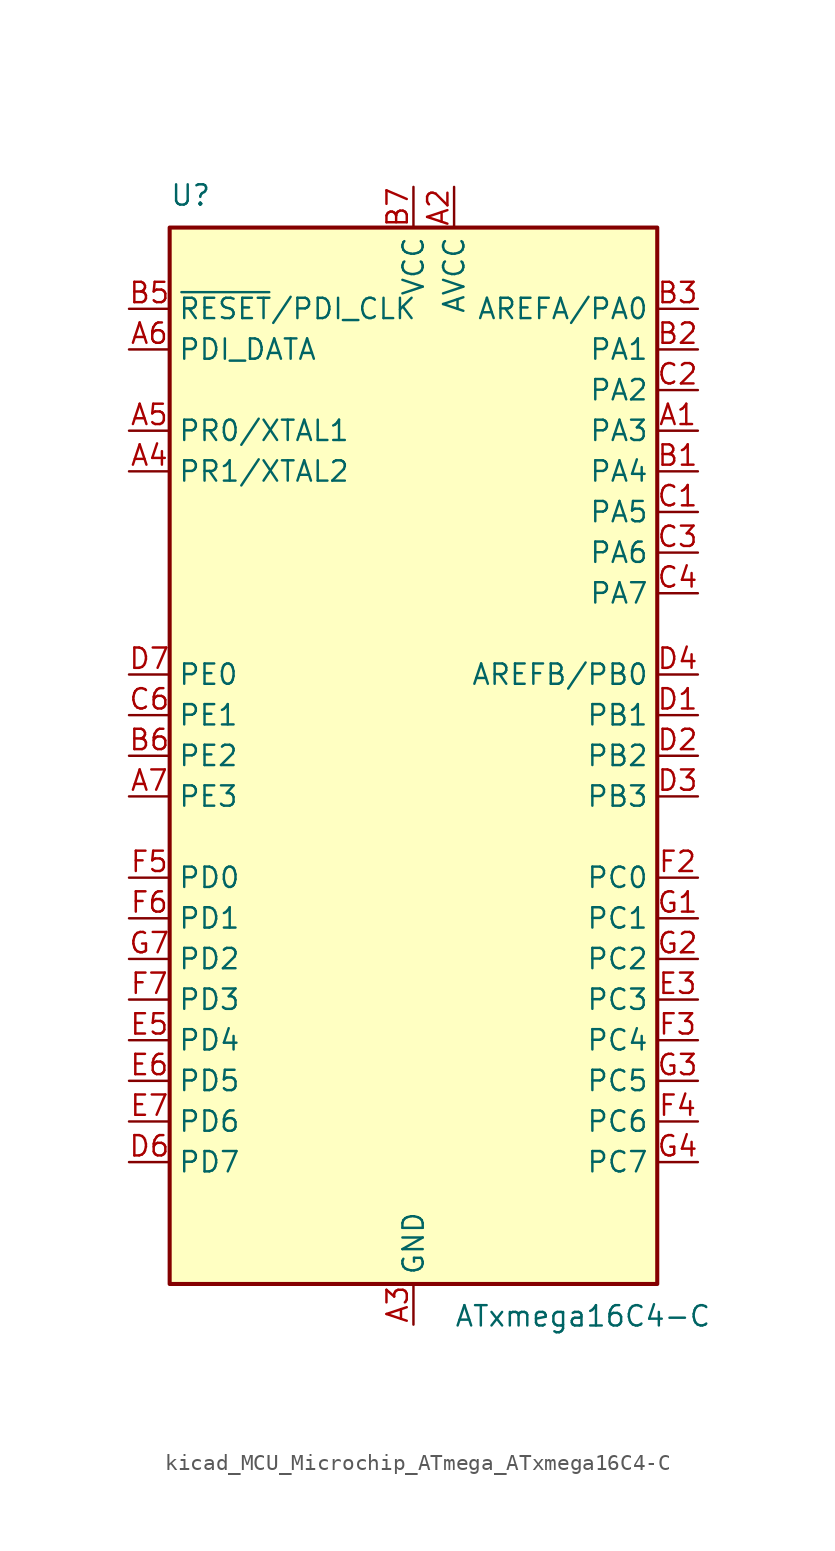
<source format=kicad_sym>
(kicad_symbol_lib
  (version 20220914)
  (generator kicad_symbol_editor)
  (symbol "kicad_MCU_Microchip_ATmega_ATxmega16C4-C"
    (property "Reference" "U"
      (at -15.24 34.29 0)
      (effects (font (size 1.27 1.27)) (justify left bottom)))
    (property "Value" "ATxmega16C4-C"
      (at 2.54 -34.29 0)
      (effects (font (size 1.27 1.27)) (justify left top)))
    (symbol "kicad_MCU_Microchip_ATmega_ATxmega16C4-C_0_1"
      (rectangle (start -15.24 -33.02) (end 15.24 33.02) (stroke (width 0.254) (type default)) (fill (type background))))
    (symbol "kicad_MCU_Microchip_ATmega_ATxmega16C4-C_1_1"
      (pin bidirectional line (at 17.78 20.32 180) (length 2.54) (name "PA3" (effects (font (size 1.27 1.27)))) (number "A1" (effects (font (size 1.27 1.27)))))
      (pin power_in line (at 2.54 35.56 270) (length 2.54) (name "AVCC" (effects (font (size 1.27 1.27)))) (number "A2" (effects (font (size 1.27 1.27)))))
      (pin power_in line (at 0 -35.56 90) (length 2.54) (name "GND" (effects (font (size 1.27 1.27)))) (number "A3" (effects (font (size 1.27 1.27)))))
      (pin bidirectional line (at -17.78 17.78 0) (length 2.54) (name "PR1/XTAL2" (effects (font (size 1.27 1.27)))) (number "A4" (effects (font (size 1.27 1.27)))))
      (pin bidirectional line (at -17.78 20.32 0) (length 2.54) (name "PR0/XTAL1" (effects (font (size 1.27 1.27)))) (number "A5" (effects (font (size 1.27 1.27)))))
      (pin bidirectional line (at -17.78 25.4 0) (length 2.54) (name "PDI_DATA" (effects (font (size 1.27 1.27)))) (number "A6" (effects (font (size 1.27 1.27)))))
      (pin bidirectional line (at -17.78 -2.54 0) (length 2.54) (name "PE3" (effects (font (size 1.27 1.27)))) (number "A7" (effects (font (size 1.27 1.27)))))
      (pin bidirectional line (at 17.78 17.78 180) (length 2.54) (name "PA4" (effects (font (size 1.27 1.27)))) (number "B1" (effects (font (size 1.27 1.27)))))
      (pin bidirectional line (at 17.78 25.4 180) (length 2.54) (name "PA1" (effects (font (size 1.27 1.27)))) (number "B2" (effects (font (size 1.27 1.27)))))
      (pin bidirectional line (at 17.78 27.94 180) (length 2.54) (name "AREFA/PA0" (effects (font (size 1.27 1.27)))) (number "B3" (effects (font (size 1.27 1.27)))))
      (pin passive line (at 0 -35.56 90) (length 2.54) hide (name "GND" (effects (font (size 1.27 1.27)))) (number "B4" (effects (font (size 1.27 1.27)))))
      (pin input line (at -17.78 27.94 0) (length 2.54) (name "~{RESET}/PDI_CLK" (effects (font (size 1.27 1.27)))) (number "B5" (effects (font (size 1.27 1.27)))))
      (pin bidirectional line (at -17.78 0 0) (length 2.54) (name "PE2" (effects (font (size 1.27 1.27)))) (number "B6" (effects (font (size 1.27 1.27)))))
      (pin power_in line (at 0 35.56 270) (length 2.54) (name "VCC" (effects (font (size 1.27 1.27)))) (number "B7" (effects (font (size 1.27 1.27)))))
      (pin bidirectional line (at 17.78 15.24 180) (length 2.54) (name "PA5" (effects (font (size 1.27 1.27)))) (number "C1" (effects (font (size 1.27 1.27)))))
      (pin bidirectional line (at 17.78 22.86 180) (length 2.54) (name "PA2" (effects (font (size 1.27 1.27)))) (number "C2" (effects (font (size 1.27 1.27)))))
      (pin bidirectional line (at 17.78 12.7 180) (length 2.54) (name "PA6" (effects (font (size 1.27 1.27)))) (number "C3" (effects (font (size 1.27 1.27)))))
      (pin bidirectional line (at 17.78 10.16 180) (length 2.54) (name "PA7" (effects (font (size 1.27 1.27)))) (number "C4" (effects (font (size 1.27 1.27)))))
      (pin passive line (at 0 -35.56 90) (length 2.54) hide (name "GND" (effects (font (size 1.27 1.27)))) (number "C5" (effects (font (size 1.27 1.27)))))
      (pin bidirectional line (at -17.78 2.54 0) (length 2.54) (name "PE1" (effects (font (size 1.27 1.27)))) (number "C6" (effects (font (size 1.27 1.27)))))
      (pin passive line (at 0 -35.56 90) (length 2.54) hide (name "GND" (effects (font (size 1.27 1.27)))) (number "C7" (effects (font (size 1.27 1.27)))))
      (pin bidirectional line (at 17.78 2.54 180) (length 2.54) (name "PB1" (effects (font (size 1.27 1.27)))) (number "D1" (effects (font (size 1.27 1.27)))))
      (pin bidirectional line (at 17.78 0 180) (length 2.54) (name "PB2" (effects (font (size 1.27 1.27)))) (number "D2" (effects (font (size 1.27 1.27)))))
      (pin bidirectional line (at 17.78 -2.54 180) (length 2.54) (name "PB3" (effects (font (size 1.27 1.27)))) (number "D3" (effects (font (size 1.27 1.27)))))
      (pin bidirectional line (at 17.78 5.08 180) (length 2.54) (name "AREFB/PB0" (effects (font (size 1.27 1.27)))) (number "D4" (effects (font (size 1.27 1.27)))))
      (pin passive line (at 0 -35.56 90) (length 2.54) hide (name "GND" (effects (font (size 1.27 1.27)))) (number "D5" (effects (font (size 1.27 1.27)))))
      (pin bidirectional line (at -17.78 -25.4 0) (length 2.54) (name "PD7" (effects (font (size 1.27 1.27)))) (number "D6" (effects (font (size 1.27 1.27)))))
      (pin bidirectional line (at -17.78 5.08 0) (length 2.54) (name "PE0" (effects (font (size 1.27 1.27)))) (number "D7" (effects (font (size 1.27 1.27)))))
      (pin passive line (at 0 -35.56 90) (length 2.54) hide (name "GND" (effects (font (size 1.27 1.27)))) (number "E1" (effects (font (size 1.27 1.27)))))
      (pin passive line (at 0 -35.56 90) (length 2.54) hide (name "GND" (effects (font (size 1.27 1.27)))) (number "E2" (effects (font (size 1.27 1.27)))))
      (pin bidirectional line (at 17.78 -15.24 180) (length 2.54) (name "PC3" (effects (font (size 1.27 1.27)))) (number "E3" (effects (font (size 1.27 1.27)))))
      (pin passive line (at 0 -35.56 90) (length 2.54) hide (name "GND" (effects (font (size 1.27 1.27)))) (number "E4" (effects (font (size 1.27 1.27)))))
      (pin bidirectional line (at -17.78 -17.78 0) (length 2.54) (name "PD4" (effects (font (size 1.27 1.27)))) (number "E5" (effects (font (size 1.27 1.27)))))
      (pin bidirectional line (at -17.78 -20.32 0) (length 2.54) (name "PD5" (effects (font (size 1.27 1.27)))) (number "E6" (effects (font (size 1.27 1.27)))))
      (pin bidirectional line (at -17.78 -22.86 0) (length 2.54) (name "PD6" (effects (font (size 1.27 1.27)))) (number "E7" (effects (font (size 1.27 1.27)))))
      (pin passive line (at 0 35.56 270) (length 2.54) hide (name "VCC" (effects (font (size 1.27 1.27)))) (number "F1" (effects (font (size 1.27 1.27)))))
      (pin bidirectional line (at 17.78 -7.62 180) (length 2.54) (name "PC0" (effects (font (size 1.27 1.27)))) (number "F2" (effects (font (size 1.27 1.27)))))
      (pin bidirectional line (at 17.78 -17.78 180) (length 2.54) (name "PC4" (effects (font (size 1.27 1.27)))) (number "F3" (effects (font (size 1.27 1.27)))))
      (pin bidirectional line (at 17.78 -22.86 180) (length 2.54) (name "PC6" (effects (font (size 1.27 1.27)))) (number "F4" (effects (font (size 1.27 1.27)))))
      (pin bidirectional line (at -17.78 -7.62 0) (length 2.54) (name "PD0" (effects (font (size 1.27 1.27)))) (number "F5" (effects (font (size 1.27 1.27)))))
      (pin bidirectional line (at -17.78 -10.16 0) (length 2.54) (name "PD1" (effects (font (size 1.27 1.27)))) (number "F6" (effects (font (size 1.27 1.27)))))
      (pin bidirectional line (at -17.78 -15.24 0) (length 2.54) (name "PD3" (effects (font (size 1.27 1.27)))) (number "F7" (effects (font (size 1.27 1.27)))))
      (pin bidirectional line (at 17.78 -10.16 180) (length 2.54) (name "PC1" (effects (font (size 1.27 1.27)))) (number "G1" (effects (font (size 1.27 1.27)))))
      (pin bidirectional line (at 17.78 -12.7 180) (length 2.54) (name "PC2" (effects (font (size 1.27 1.27)))) (number "G2" (effects (font (size 1.27 1.27)))))
      (pin bidirectional line (at 17.78 -20.32 180) (length 2.54) (name "PC5" (effects (font (size 1.27 1.27)))) (number "G3" (effects (font (size 1.27 1.27)))))
      (pin bidirectional line (at 17.78 -25.4 180) (length 2.54) (name "PC7" (effects (font (size 1.27 1.27)))) (number "G4" (effects (font (size 1.27 1.27)))))
      (pin passive line (at 0 -35.56 90) (length 2.54) hide (name "GND" (effects (font (size 1.27 1.27)))) (number "G5" (effects (font (size 1.27 1.27)))))
      (pin passive line (at 0 35.56 270) (length 2.54) hide (name "VCC" (effects (font (size 1.27 1.27)))) (number "G6" (effects (font (size 1.27 1.27)))))
      (pin bidirectional line (at -17.78 -12.7 0) (length 2.54) (name "PD2" (effects (font (size 1.27 1.27)))) (number "G7" (effects (font (size 1.27 1.27))))))))
</source>
